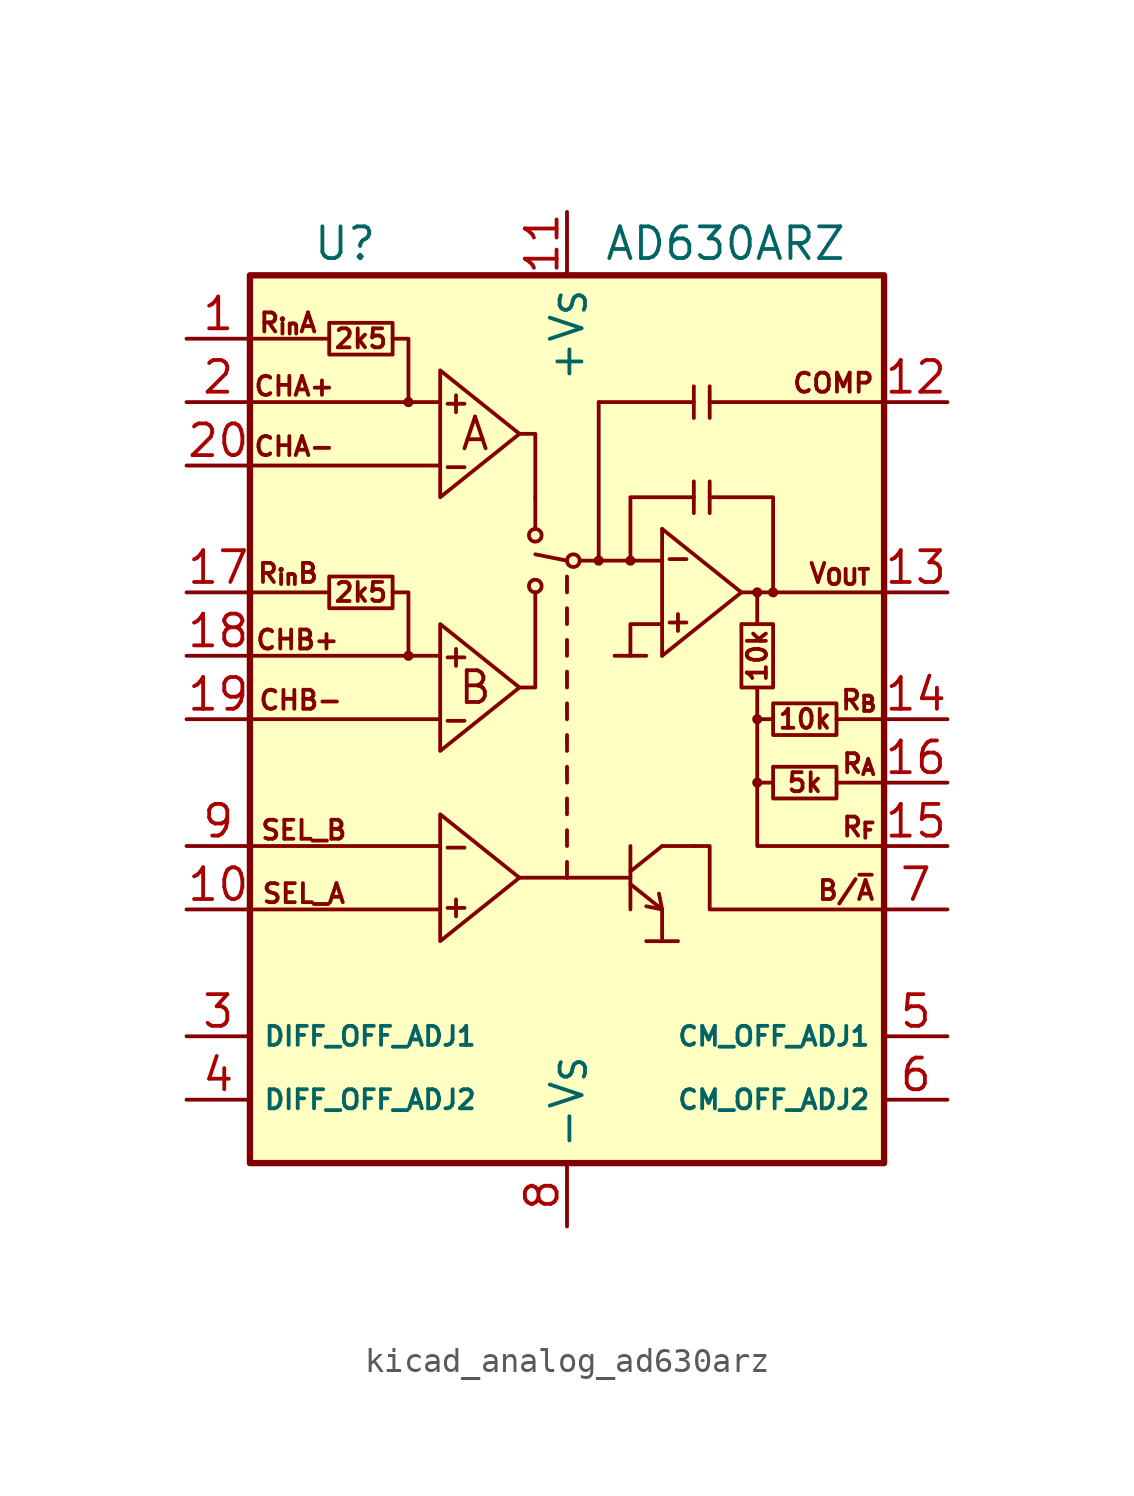
<source format=kicad_sym>
(kicad_symbol_lib
  (version 20220914)
  (generator kicad_symbol_editor)
  (symbol "kicad_analog_ad630arz"
    (property "Reference" "U"
      (at -8.89 19.05 0)
      (effects (font (size 1.27 1.27))))
    (property "Value" "AD630ARZ"
      (at 6.35 19.05 0)
      (effects (font (size 1.27 1.27))))
    (symbol "kicad_analog_ad630arz_0_0"
      (text "+" (at -4.445 -7.493 0) (effects (font (size 0.889 0.889))))
      (text "+" (at -4.445 2.54 0) (effects (font (size 0.889 0.889))))
      (text "+" (at -4.445 12.7 0) (effects (font (size 0.889 0.889))))
      (text "+" (at 4.445 3.937 0) (effects (font (size 0.889 0.889))))
      (text "-" (at -4.445 -5.08 0) (effects (font (size 0.889 0.889))))
      (text "-" (at -4.445 0 0) (effects (font (size 0.889 0.889))))
      (text "-" (at -4.445 10.16 0) (effects (font (size 0.889 0.889))))
      (text "-" (at 4.445 6.477 0) (effects (font (size 0.889 0.889))))
      (text "10k" (at 7.62 2.54 900) (effects (font (size 0.762 0.762))))
      (text "10k" (at 9.525 0 0) (effects (font (size 0.762 0.762))))
      (text "2k5" (at -8.255 5.08 0) (effects (font (size 0.762 0.762))))
      (text "2k5" (at -8.255 15.24 0) (effects (font (size 0.762 0.762))))
      (text "5k" (at 9.525 -2.54 0) (effects (font (size 0.762 0.762))))
      (text "A" (at -3.683 11.43 0) (effects (font (size 1.27 1.27))))
      (text "B" (at -3.683 1.27 0) (effects (font (size 1.27 1.27))))
      (text "B/~{A}" (at 11.176 -6.858 0) (effects (font (size 0.762 0.762))))
      (text "CHA+" (at -10.922 13.335 0) (effects (font (size 0.762 0.762))))
      (text "CHA-" (at -10.922 10.922 0) (effects (font (size 0.762 0.762))))
      (text "CHB+" (at -10.795 3.175 0) (effects (font (size 0.762 0.762))))
      (text "CHB-" (at -10.668 0.762 0) (effects (font (size 0.762 0.762))))
      (text "COMP" (at 10.668 13.462 0) (effects (font (size 0.762 0.762))))
      (text "R_{A}" (at 11.684 -1.778 0) (effects (font (size 0.762 0.762))))
      (text "R_{B}" (at 11.684 0.762 0) (effects (font (size 0.762 0.762))))
      (text "R_{F}" (at 11.684 -4.318 0) (effects (font (size 0.762 0.762))))
      (text "R_{in}A" (at -11.176 15.875 0) (effects (font (size 0.762 0.762))))
      (text "R_{in}B" (at -11.176 5.842 0) (effects (font (size 0.762 0.762))))
      (text "SEL_A" (at -10.541 -6.985 0) (effects (font (size 0.762 0.762))))
      (text "SEL_B" (at -10.541 -4.445 0) (effects (font (size 0.762 0.762))))
      (text "V_{OUT}" (at 10.922 5.842 0) (effects (font (size 0.762 0.762)))))
    (symbol "kicad_analog_ad630arz_0_1"
      (rectangle (start -12.7 17.78) (end 12.7 -17.78) (stroke (width 0.254) (type default)) (fill (type background)))
      (circle (center -6.35 2.54) (radius 0.127) (stroke (width 0) (type default)) (fill (type none)))
      (circle (center -6.35 12.7) (radius 0.127) (stroke (width 0) (type default)) (fill (type none)))
      (circle (center -1.27 5.334) (radius 0.254) (stroke (width 0) (type default)) (fill (type none)))
      (circle (center -1.27 7.366) (radius 0.254) (stroke (width 0) (type default)) (fill (type none)))
      (polyline (pts (xy -12.7 -7.62) (xy -5.08 -7.62)) (stroke (width 0) (type default)) (fill (type none)))
      (polyline (pts (xy -12.7 -5.08) (xy -5.08 -5.08)) (stroke (width 0) (type default)) (fill (type none)))
      (polyline (pts (xy -12.7 0) (xy -5.08 0)) (stroke (width 0) (type default)) (fill (type none)))
      (polyline (pts (xy -12.7 5.08) (xy -9.525 5.08)) (stroke (width 0) (type default)) (fill (type none)))
      (polyline (pts (xy -12.7 10.16) (xy -5.08 10.16)) (stroke (width 0) (type default)) (fill (type none)))
      (polyline (pts (xy -12.7 15.24) (xy -9.525 15.24)) (stroke (width 0) (type default)) (fill (type none)))
      (polyline (pts (xy -6.35 12.7) (xy -5.08 12.7)) (stroke (width 0) (type default)) (fill (type none)))
      (polyline (pts (xy -1.905 -6.35) (xy 0 -6.35)) (stroke (width 0) (type default)) (fill (type none)))
      (polyline (pts (xy -1.27 8.89) (xy -1.27 7.62)) (stroke (width 0) (type default)) (fill (type none)))
      (polyline (pts (xy 0 -6.35) (xy 2.54 -6.35)) (stroke (width 0) (type default)) (fill (type none)))
      (polyline (pts (xy 0 -5.715) (xy 0 -6.35)) (stroke (width 0) (type default)) (fill (type none)))
      (polyline (pts (xy 0 -4.445) (xy 0 -5.08)) (stroke (width 0) (type default)) (fill (type none)))
      (polyline (pts (xy 0 -3.175) (xy 0 -3.81)) (stroke (width 0) (type default)) (fill (type none)))
      (polyline (pts (xy 0 -1.905) (xy 0 -2.54)) (stroke (width 0) (type default)) (fill (type none)))
      (polyline (pts (xy 0 -0.635) (xy 0 -1.27)) (stroke (width 0) (type default)) (fill (type none)))
      (polyline (pts (xy 0 0.635) (xy 0 0)) (stroke (width 0) (type default)) (fill (type none)))
      (polyline (pts (xy 0 1.905) (xy 0 1.27)) (stroke (width 0) (type default)) (fill (type none)))
      (polyline (pts (xy 0 3.175) (xy 0 2.54)) (stroke (width 0) (type default)) (fill (type none)))
      (polyline (pts (xy 0 4.445) (xy 0 3.81)) (stroke (width 0) (type default)) (fill (type none)))
      (polyline (pts (xy 0 5.715) (xy 0 5.08)) (stroke (width 0) (type default)) (fill (type none)))
      (polyline (pts (xy 0 6.35) (xy -1.27 6.604)) (stroke (width 0) (type default)) (fill (type none)))
      (polyline (pts (xy 1.27 6.35) (xy 0.508 6.35)) (stroke (width 0) (type default)) (fill (type none)))
      (polyline (pts (xy 1.27 6.35) (xy 1.27 12.7)) (stroke (width 0) (type default)) (fill (type none)))
      (polyline (pts (xy 1.27 6.35) (xy 3.81 6.35)) (stroke (width 0) (type default)) (fill (type none)))
      (polyline (pts (xy 1.905 2.54) (xy 3.175 2.54)) (stroke (width 0) (type default)) (fill (type none)))
      (polyline (pts (xy 2.54 -6.604) (xy 3.81 -7.62)) (stroke (width 0) (type default)) (fill (type none)))
      (polyline (pts (xy 2.54 -6.096) (xy 3.81 -5.08)) (stroke (width 0) (type default)) (fill (type none)))
      (polyline (pts (xy 2.54 -5.08) (xy 2.54 -7.62)) (stroke (width 0) (type default)) (fill (type none)))
      (polyline (pts (xy 3.81 -8.89) (xy 4.445 -8.89)) (stroke (width 0) (type default)) (fill (type none)))
      (polyline (pts (xy 3.81 -5.08) (xy 5.08 -5.08)) (stroke (width 0) (type default)) (fill (type none)))
      (polyline (pts (xy 3.81 7.62) (xy 3.81 2.54)) (stroke (width 0) (type default)) (fill (type none)))
      (polyline (pts (xy 5.08 9.525) (xy 5.08 8.255)) (stroke (width 0) (type default)) (fill (type none)))
      (polyline (pts (xy 5.08 12.065) (xy 5.08 12.7)) (stroke (width 0) (type default)) (fill (type none)))
      (polyline (pts (xy 5.715 9.525) (xy 5.715 8.255)) (stroke (width 0) (type default)) (fill (type none)))
      (polyline (pts (xy 5.715 12.7) (xy 12.7 12.7)) (stroke (width 0) (type default)) (fill (type none)))
      (polyline (pts (xy 5.715 13.335) (xy 5.715 12.065)) (stroke (width 0) (type default)) (fill (type none)))
      (polyline (pts (xy 7.62 1.27) (xy 7.62 -2.54)) (stroke (width 0) (type default)) (fill (type none)))
      (polyline (pts (xy 7.62 5.08) (xy 12.7 5.08)) (stroke (width 0) (type default)) (fill (type none)))
      (polyline (pts (xy 8.255 -2.54) (xy 7.62 -2.54)) (stroke (width 0) (type default)) (fill (type none)))
      (polyline (pts (xy 8.255 0) (xy 7.62 0)) (stroke (width 0) (type default)) (fill (type none)))
      (polyline (pts (xy 10.795 -2.54) (xy 12.7 -2.54)) (stroke (width 0) (type default)) (fill (type none)))
      (polyline (pts (xy 10.795 0) (xy 12.7 0)) (stroke (width 0) (type default)) (fill (type none)))
      (polyline (pts (xy -6.35 2.54) (xy -5.715 2.54) (xy -5.08 2.54)) (stroke (width 0) (type default)) (fill (type none)))
      (polyline (pts (xy -1.905 1.27) (xy -1.27 1.27) (xy -1.27 5.08)) (stroke (width 0) (type default)) (fill (type none)))
      (polyline (pts (xy -1.905 11.43) (xy -1.27 11.43) (xy -1.27 8.89)) (stroke (width 0) (type default)) (fill (type none)))
      (polyline (pts (xy 1.27 12.7) (xy 5.08 12.7) (xy 5.08 13.335)) (stroke (width 0) (type default)) (fill (type none)))
      (polyline (pts (xy 2.54 6.35) (xy 2.54 8.89) (xy 5.08 8.89)) (stroke (width 0) (type default)) (fill (type none)))
      (polyline (pts (xy 3.683 -6.985) (xy 3.81 -7.62) (xy 3.175 -7.493)) (stroke (width 0) (type default)) (fill (type none)))
      (polyline (pts (xy 3.81 -7.62) (xy 3.81 -8.89) (xy 3.175 -8.89)) (stroke (width 0) (type default)) (fill (type none)))
      (polyline (pts (xy 3.81 3.81) (xy 2.54 3.81) (xy 2.54 2.54)) (stroke (width 0) (type default)) (fill (type none)))
      (polyline (pts (xy 3.81 7.62) (xy 6.985 5.08) (xy 3.81 2.54)) (stroke (width 0) (type default)) (fill (type none)))
      (polyline (pts (xy 5.715 8.89) (xy 8.255 8.89) (xy 8.255 5.08)) (stroke (width 0) (type default)) (fill (type none)))
      (polyline (pts (xy 7.62 -2.54) (xy 7.62 -5.08) (xy 12.7 -5.08)) (stroke (width 0) (type default)) (fill (type none)))
      (polyline (pts (xy 7.62 3.81) (xy 7.62 5.08) (xy 6.985 5.08)) (stroke (width 0) (type default)) (fill (type none)))
      (polyline (pts (xy -6.985 5.08) (xy -6.35 5.08) (xy -6.35 2.54) (xy -12.7 2.54)) (stroke (width 0) (type default)) (fill (type none)))
      (polyline (pts (xy -6.985 15.24) (xy -6.35 15.24) (xy -6.35 12.7) (xy -12.7 12.7)) (stroke (width 0) (type default)) (fill (type none)))
      (polyline (pts (xy -5.08 -3.81) (xy -5.08 -8.89) (xy -1.905 -6.35) (xy -5.08 -3.81)) (stroke (width 0) (type default)) (fill (type none)))
      (polyline (pts (xy -5.08 3.81) (xy -5.08 -1.27) (xy -1.905 1.27) (xy -5.08 3.81)) (stroke (width 0) (type default)) (fill (type none)))
      (polyline (pts (xy -5.08 13.97) (xy -5.08 8.89) (xy -1.905 11.43) (xy -5.08 13.97)) (stroke (width 0) (type default)) (fill (type none)))
      (polyline (pts (xy 5.08 -5.08) (xy 5.715 -5.08) (xy 5.715 -7.62) (xy 12.7 -7.62)) (stroke (width 0) (type default)) (fill (type none)))
      (polyline (pts (xy -9.525 5.715) (xy -9.525 4.445) (xy -6.985 4.445) (xy -6.985 5.715) (xy -9.525 5.715)) (stroke (width 0) (type default)) (fill (type none)))
      (polyline (pts (xy -9.525 15.875) (xy -9.525 14.605) (xy -6.985 14.605) (xy -6.985 15.875) (xy -9.525 15.875)) (stroke (width 0) (type default)) (fill (type none)))
      (polyline (pts (xy 6.985 3.81) (xy 8.255 3.81) (xy 8.255 1.27) (xy 6.985 1.27) (xy 6.985 3.81)) (stroke (width 0) (type default)) (fill (type none)))
      (polyline (pts (xy 8.255 -1.905) (xy 8.255 -3.175) (xy 10.795 -3.175) (xy 10.795 -1.905) (xy 8.255 -1.905)) (stroke (width 0) (type default)) (fill (type none)))
      (polyline (pts (xy 8.255 0.635) (xy 8.255 -0.635) (xy 10.795 -0.635) (xy 10.795 0.635) (xy 8.255 0.635)) (stroke (width 0) (type default)) (fill (type none)))
      (circle (center 0.254 6.35) (radius 0.254) (stroke (width 0) (type default)) (fill (type none)))
      (circle (center 1.27 6.35) (radius 0.127) (stroke (width 0) (type default)) (fill (type none)))
      (circle (center 2.54 6.35) (radius 0.127) (stroke (width 0) (type default)) (fill (type none)))
      (circle (center 7.62 -2.54) (radius 0.127) (stroke (width 0) (type default)) (fill (type none)))
      (circle (center 7.62 0) (radius 0.127) (stroke (width 0) (type default)) (fill (type none)))
      (circle (center 7.62 5.08) (radius 0.127) (stroke (width 0) (type default)) (fill (type none)))
      (circle (center 8.255 5.08) (radius 0.127) (stroke (width 0) (type default)) (fill (type none))))
    (symbol "kicad_analog_ad630arz_1_1"
      (pin input line (at -15.24 15.24 0) (length 2.54) (name "R_{in}A" (effects (font (size 0 0)))) (number "1" (effects (font (size 1.27 1.27)))))
      (pin input line (at -15.24 -7.62 0) (length 2.54) (name "SEL_A" (effects (font (size 0 0)))) (number "10" (effects (font (size 1.27 1.27)))))
      (pin power_in line (at 0 20.32 270) (length 2.54) (name "+V_{S}" (effects (font (size 1.27 1.27)))) (number "11" (effects (font (size 1.27 1.27)))))
      (pin passive line (at 15.24 12.7 180) (length 2.54) (name "COMP" (effects (font (size 0 0)))) (number "12" (effects (font (size 1.27 1.27)))))
      (pin output line (at 15.24 5.08 180) (length 2.54) (name "V_{OUT}" (effects (font (size 0 0)))) (number "13" (effects (font (size 1.27 1.27)))))
      (pin output line (at 15.24 0 180) (length 2.54) (name "R_{B}" (effects (font (size 0 0)))) (number "14" (effects (font (size 1.27 1.27)))))
      (pin output line (at 15.24 -5.08 180) (length 2.54) (name "R_{F}" (effects (font (size 0 0)))) (number "15" (effects (font (size 1.27 1.27)))))
      (pin output line (at 15.24 -2.54 180) (length 2.54) (name "R_{A}" (effects (font (size 0 0)))) (number "16" (effects (font (size 1.27 1.27)))))
      (pin input line (at -15.24 5.08 0) (length 2.54) (name "R_{in}B" (effects (font (size 0 0)))) (number "17" (effects (font (size 1.27 1.27)))))
      (pin input line (at -15.24 2.54 0) (length 2.54) (name "CHB+" (effects (font (size 0 0)))) (number "18" (effects (font (size 1.27 1.27)))))
      (pin input line (at -15.24 0 0) (length 2.54) (name "CHB-" (effects (font (size 0 0)))) (number "19" (effects (font (size 1.27 1.27)))))
      (pin input line (at -15.24 12.7 0) (length 2.54) (name "CHA+" (effects (font (size 0 0)))) (number "2" (effects (font (size 1.27 1.27)))))
      (pin input line (at -15.24 10.16 0) (length 2.54) (name "CHA-" (effects (font (size 0 0)))) (number "20" (effects (font (size 1.27 1.27)))))
      (pin passive line (at -15.24 -12.7 0) (length 2.54) (name "DIFF_OFF_ADJ1" (effects (font (size 0.762 0.762)))) (number "3" (effects (font (size 1.27 1.27)))))
      (pin passive line (at -15.24 -15.24 0) (length 2.54) (name "DIFF_OFF_ADJ2" (effects (font (size 0.762 0.762)))) (number "4" (effects (font (size 1.27 1.27)))))
      (pin passive line (at 15.24 -12.7 180) (length 2.54) (name "CM_OFF_ADJ1" (effects (font (size 0.762 0.762)))) (number "5" (effects (font (size 1.27 1.27)))))
      (pin passive line (at 15.24 -15.24 180) (length 2.54) (name "CM_OFF_ADJ2" (effects (font (size 0.762 0.762)))) (number "6" (effects (font (size 1.27 1.27)))))
      (pin open_collector line (at 15.24 -7.62 180) (length 2.54) (name "B/~{A}" (effects (font (size 0 0)))) (number "7" (effects (font (size 1.27 1.27)))))
      (pin power_in line (at 0 -20.32 90) (length 2.54) (name "-V_{S}" (effects (font (size 1.27 1.27)))) (number "8" (effects (font (size 1.27 1.27)))))
      (pin input line (at -15.24 -5.08 0) (length 2.54) (name "SEL_B" (effects (font (size 0 0)))) (number "9" (effects (font (size 1.27 1.27))))))))
</source>
